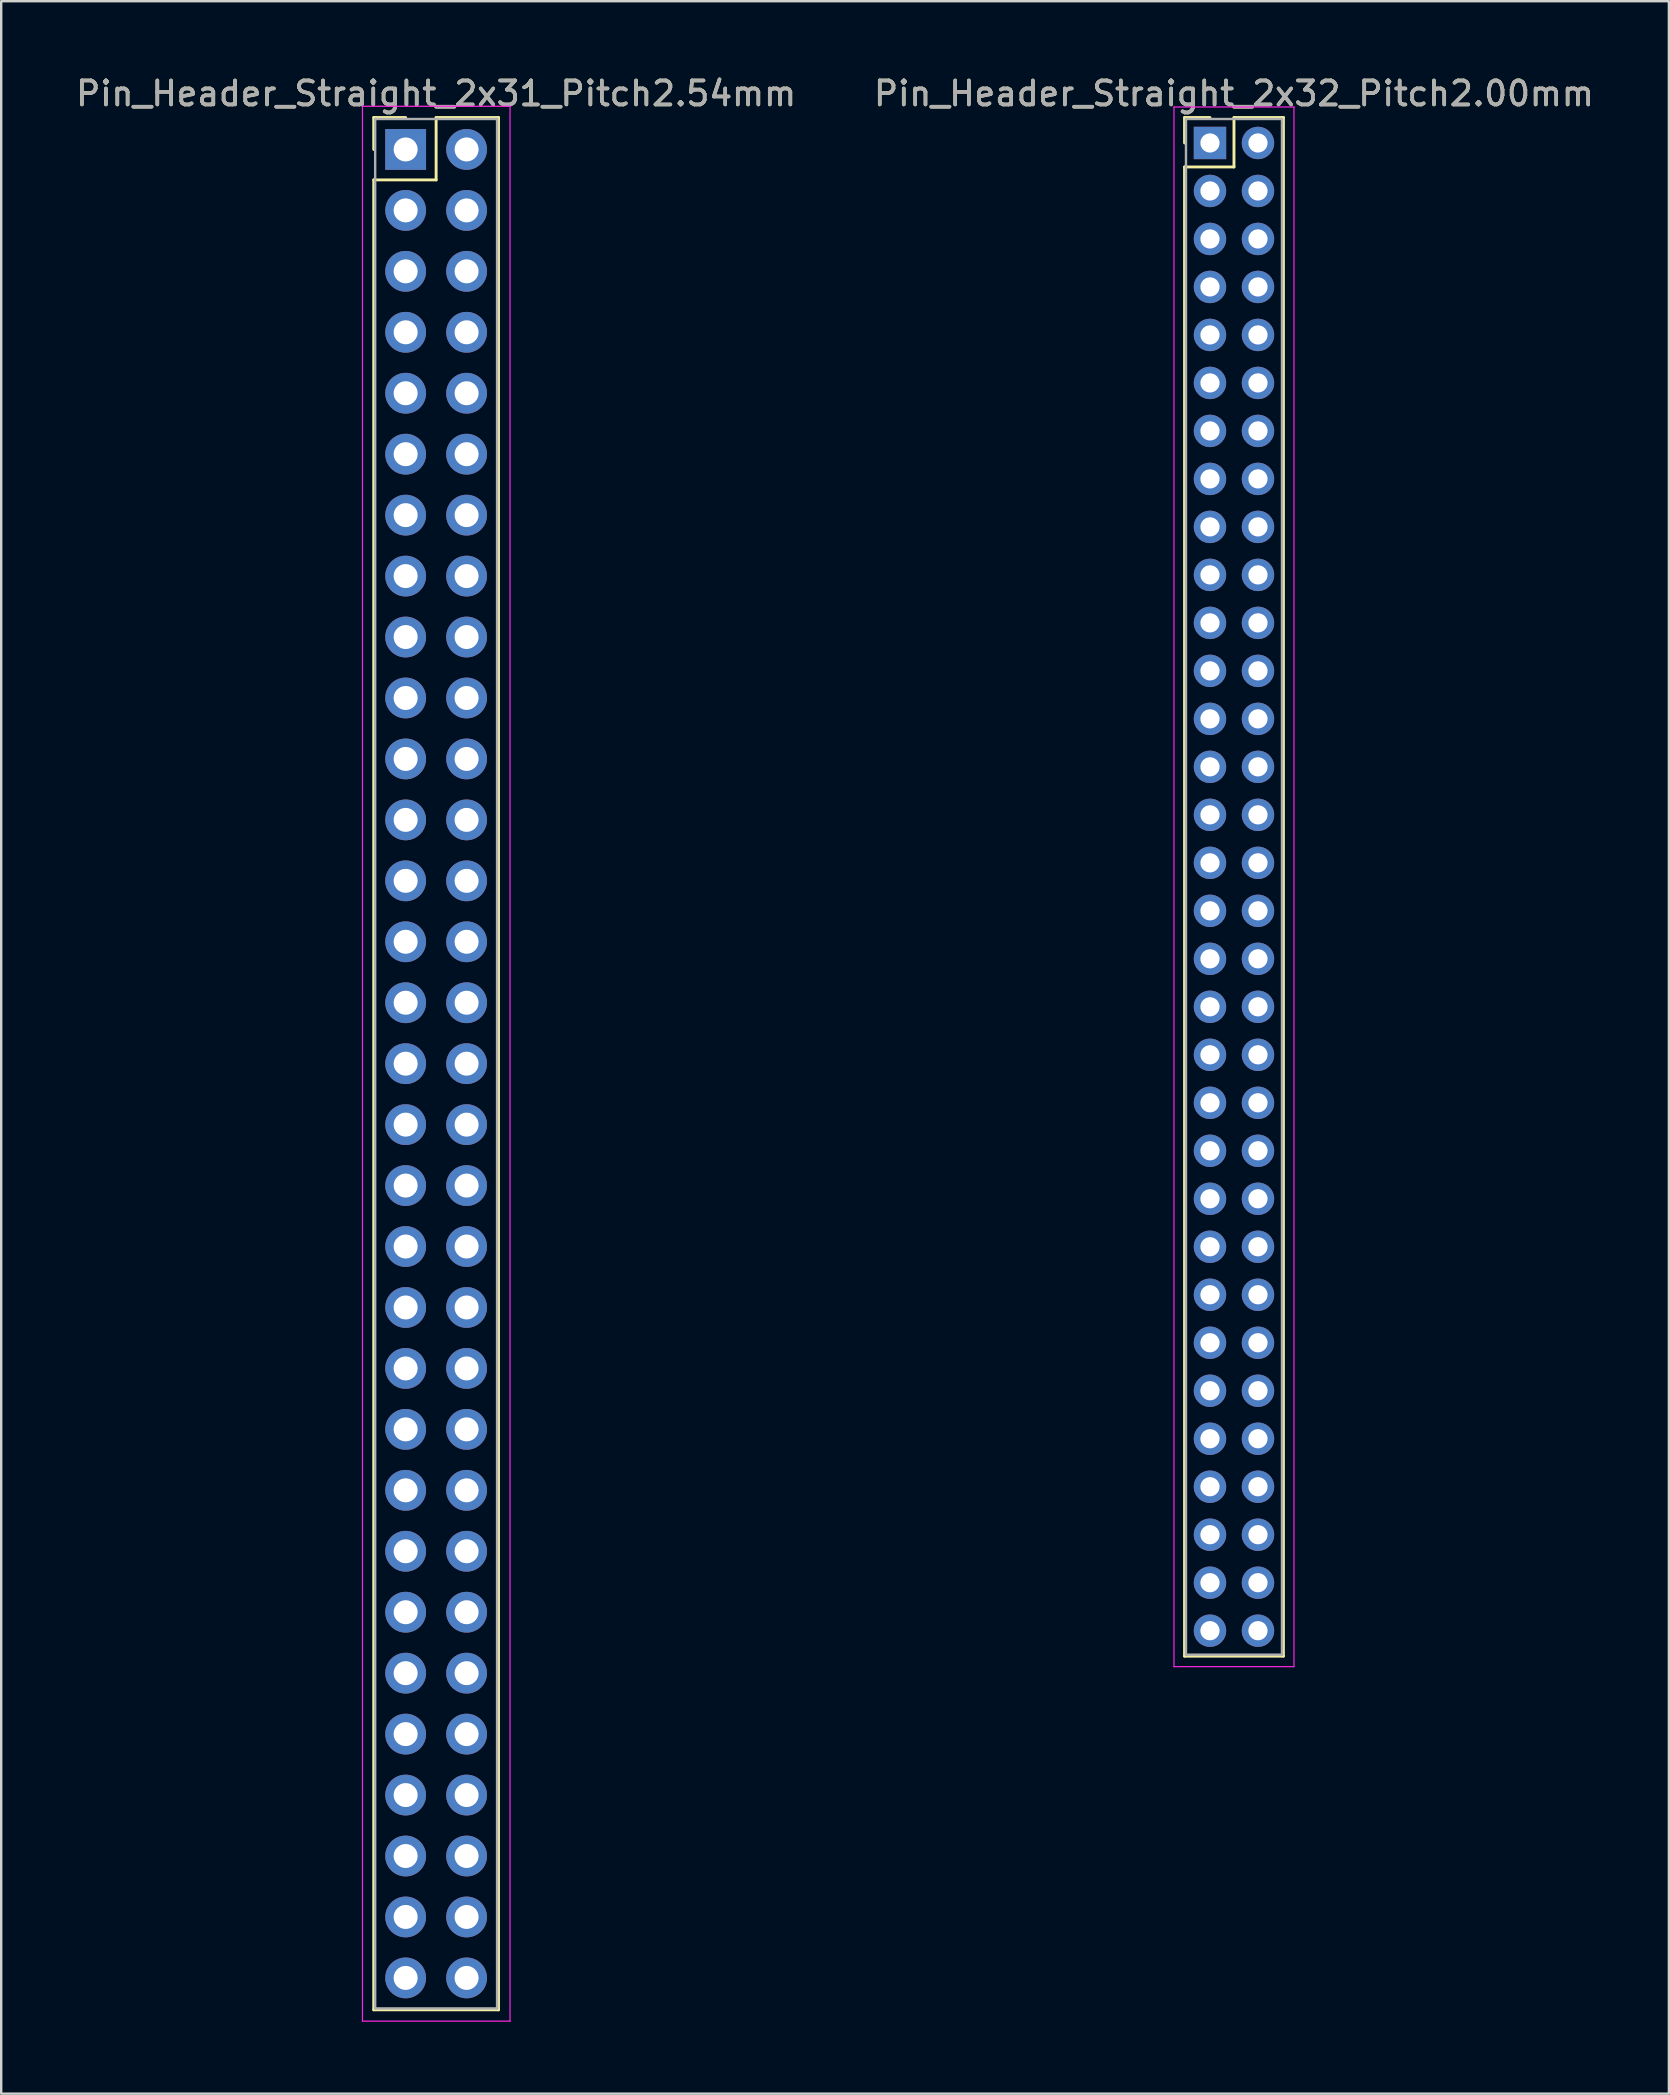
<source format=kicad_pcb>
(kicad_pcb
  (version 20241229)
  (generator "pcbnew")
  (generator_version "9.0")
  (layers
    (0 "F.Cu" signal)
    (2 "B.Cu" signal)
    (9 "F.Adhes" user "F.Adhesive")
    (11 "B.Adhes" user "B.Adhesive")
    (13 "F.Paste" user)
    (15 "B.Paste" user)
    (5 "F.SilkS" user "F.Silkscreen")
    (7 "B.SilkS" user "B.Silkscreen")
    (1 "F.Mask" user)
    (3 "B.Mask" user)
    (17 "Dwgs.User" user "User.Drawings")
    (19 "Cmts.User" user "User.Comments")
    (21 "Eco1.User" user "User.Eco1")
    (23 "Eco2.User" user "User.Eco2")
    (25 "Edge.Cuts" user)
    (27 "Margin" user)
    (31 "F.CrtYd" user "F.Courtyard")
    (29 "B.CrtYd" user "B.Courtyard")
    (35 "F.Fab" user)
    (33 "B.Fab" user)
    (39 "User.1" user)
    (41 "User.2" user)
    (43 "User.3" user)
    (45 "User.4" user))
  (footprint "Pin_Header_Straight_2x32_Pitch2.00mm"
    (layer "F.Cu")
    (at 47.375 2.908)
    (property "Reference" "Pin_Header_Straight_2x32_Pitch2.00mm" (at 1 -2.06 0) (layer "F.SilkS") (effects (font (size 1 1) (thickness 0.15))))
    (attr through_hole)
    (fp_line (start -1.06 -1.06) (end 0 -1.06) (stroke (width 0.12) (type solid)) (layer "F.SilkS"))
    (fp_line (start -1.06 0) (end -1.06 -1.06) (stroke (width 0.12) (type solid)) (layer "F.SilkS"))
    (fp_line (start -1.06 1) (end -1.06 63.06) (stroke (width 0.12) (type solid)) (layer "F.SilkS"))
    (fp_line (start -1.06 63.06) (end 3.06 63.06) (stroke (width 0.12) (type solid)) (layer "F.SilkS"))
    (fp_line (start 1 -1.06) (end 1 1) (stroke (width 0.12) (type solid)) (layer "F.SilkS"))
    (fp_line (start 1 1) (end -1.06 1) (stroke (width 0.12) (type solid)) (layer "F.SilkS"))
    (fp_line (start 3.06 -1.06) (end 1 -1.06) (stroke (width 0.12) (type solid)) (layer "F.SilkS"))
    (fp_line (start 3.06 63.06) (end 3.06 -1.06) (stroke (width 0.12) (type solid)) (layer "F.SilkS"))
    (fp_line (start -1.5 -1.5) (end -1.5 63.5) (stroke (width 0.05) (type solid)) (layer "F.CrtYd"))
    (fp_line (start -1.5 63.5) (end 3.5 63.5) (stroke (width 0.05) (type solid)) (layer "F.CrtYd"))
    (fp_line (start 3.5 -1.5) (end -1.5 -1.5) (stroke (width 0.05) (type solid)) (layer "F.CrtYd"))
    (fp_line (start 3.5 63.5) (end 3.5 -1.5) (stroke (width 0.05) (type solid)) (layer "F.CrtYd"))
    (fp_line (start -1 -1) (end -1 63) (stroke (width 0.1) (type solid)) (layer "F.Fab"))
    (fp_line (start -1 63) (end 3 63) (stroke (width 0.1) (type solid)) (layer "F.Fab"))
    (fp_line (start 3 -1) (end -1 -1) (stroke (width 0.1) (type solid)) (layer "F.Fab"))
    (fp_line (start 3 63) (end 3 -1) (stroke (width 0.1) (type solid)) (layer "F.Fab"))
    (fp_text user "${REFERENCE}" (at 1 -2.06 0) (layer "F.Fab") (effects (font (size 1 1) (thickness 0.15))))
    (pad "1" thru_hole rect (at 0 0) (size 1.35 1.35) (drill 0.8) (layers "*.Cu" "*.Mask"))
    (pad "2" thru_hole oval (at 2 0) (size 1.35 1.35) (drill 0.8) (layers "*.Cu" "*.Mask"))
    (pad "3" thru_hole oval (at 0 2) (size 1.35 1.35) (drill 0.8) (layers "*.Cu" "*.Mask"))
    (pad "4" thru_hole oval (at 2 2) (size 1.35 1.35) (drill 0.8) (layers "*.Cu" "*.Mask"))
    (pad "5" thru_hole oval (at 0 4) (size 1.35 1.35) (drill 0.8) (layers "*.Cu" "*.Mask"))
    (pad "6" thru_hole oval (at 2 4) (size 1.35 1.35) (drill 0.8) (layers "*.Cu" "*.Mask"))
    (pad "7" thru_hole oval (at 0 6) (size 1.35 1.35) (drill 0.8) (layers "*.Cu" "*.Mask"))
    (pad "8" thru_hole oval (at 2 6) (size 1.35 1.35) (drill 0.8) (layers "*.Cu" "*.Mask"))
    (pad "9" thru_hole oval (at 0 8) (size 1.35 1.35) (drill 0.8) (layers "*.Cu" "*.Mask"))
    (pad "10" thru_hole oval (at 2 8) (size 1.35 1.35) (drill 0.8) (layers "*.Cu" "*.Mask"))
    (pad "11" thru_hole oval (at 0 10) (size 1.35 1.35) (drill 0.8) (layers "*.Cu" "*.Mask"))
    (pad "12" thru_hole oval (at 2 10) (size 1.35 1.35) (drill 0.8) (layers "*.Cu" "*.Mask"))
    (pad "13" thru_hole oval (at 0 12) (size 1.35 1.35) (drill 0.8) (layers "*.Cu" "*.Mask"))
    (pad "14" thru_hole oval (at 2 12) (size 1.35 1.35) (drill 0.8) (layers "*.Cu" "*.Mask"))
    (pad "15" thru_hole oval (at 0 14) (size 1.35 1.35) (drill 0.8) (layers "*.Cu" "*.Mask"))
    (pad "16" thru_hole oval (at 2 14) (size 1.35 1.35) (drill 0.8) (layers "*.Cu" "*.Mask"))
    (pad "17" thru_hole oval (at 0 16) (size 1.35 1.35) (drill 0.8) (layers "*.Cu" "*.Mask"))
    (pad "18" thru_hole oval (at 2 16) (size 1.35 1.35) (drill 0.8) (layers "*.Cu" "*.Mask"))
    (pad "19" thru_hole oval (at 0 18) (size 1.35 1.35) (drill 0.8) (layers "*.Cu" "*.Mask"))
    (pad "20" thru_hole oval (at 2 18) (size 1.35 1.35) (drill 0.8) (layers "*.Cu" "*.Mask"))
    (pad "21" thru_hole oval (at 0 20) (size 1.35 1.35) (drill 0.8) (layers "*.Cu" "*.Mask"))
    (pad "22" thru_hole oval (at 2 20) (size 1.35 1.35) (drill 0.8) (layers "*.Cu" "*.Mask"))
    (pad "23" thru_hole oval (at 0 22) (size 1.35 1.35) (drill 0.8) (layers "*.Cu" "*.Mask"))
    (pad "24" thru_hole oval (at 2 22) (size 1.35 1.35) (drill 0.8) (layers "*.Cu" "*.Mask"))
    (pad "25" thru_hole oval (at 0 24) (size 1.35 1.35) (drill 0.8) (layers "*.Cu" "*.Mask"))
    (pad "26" thru_hole oval (at 2 24) (size 1.35 1.35) (drill 0.8) (layers "*.Cu" "*.Mask"))
    (pad "27" thru_hole oval (at 0 26) (size 1.35 1.35) (drill 0.8) (layers "*.Cu" "*.Mask"))
    (pad "28" thru_hole oval (at 2 26) (size 1.35 1.35) (drill 0.8) (layers "*.Cu" "*.Mask"))
    (pad "29" thru_hole oval (at 0 28) (size 1.35 1.35) (drill 0.8) (layers "*.Cu" "*.Mask"))
    (pad "30" thru_hole oval (at 2 28) (size 1.35 1.35) (drill 0.8) (layers "*.Cu" "*.Mask"))
    (pad "31" thru_hole oval (at 0 30) (size 1.35 1.35) (drill 0.8) (layers "*.Cu" "*.Mask"))
    (pad "32" thru_hole oval (at 2 30) (size 1.35 1.35) (drill 0.8) (layers "*.Cu" "*.Mask"))
    (pad "33" thru_hole oval (at 0 32) (size 1.35 1.35) (drill 0.8) (layers "*.Cu" "*.Mask"))
    (pad "34" thru_hole oval (at 2 32) (size 1.35 1.35) (drill 0.8) (layers "*.Cu" "*.Mask"))
    (pad "35" thru_hole oval (at 0 34) (size 1.35 1.35) (drill 0.8) (layers "*.Cu" "*.Mask"))
    (pad "36" thru_hole oval (at 2 34) (size 1.35 1.35) (drill 0.8) (layers "*.Cu" "*.Mask"))
    (pad "37" thru_hole oval (at 0 36) (size 1.35 1.35) (drill 0.8) (layers "*.Cu" "*.Mask"))
    (pad "38" thru_hole oval (at 2 36) (size 1.35 1.35) (drill 0.8) (layers "*.Cu" "*.Mask"))
    (pad "39" thru_hole oval (at 0 38) (size 1.35 1.35) (drill 0.8) (layers "*.Cu" "*.Mask"))
    (pad "40" thru_hole oval (at 2 38) (size 1.35 1.35) (drill 0.8) (layers "*.Cu" "*.Mask"))
    (pad "41" thru_hole oval (at 0 40) (size 1.35 1.35) (drill 0.8) (layers "*.Cu" "*.Mask"))
    (pad "42" thru_hole oval (at 2 40) (size 1.35 1.35) (drill 0.8) (layers "*.Cu" "*.Mask"))
    (pad "43" thru_hole oval (at 0 42) (size 1.35 1.35) (drill 0.8) (layers "*.Cu" "*.Mask"))
    (pad "44" thru_hole oval (at 2 42) (size 1.35 1.35) (drill 0.8) (layers "*.Cu" "*.Mask"))
    (pad "45" thru_hole oval (at 0 44) (size 1.35 1.35) (drill 0.8) (layers "*.Cu" "*.Mask"))
    (pad "46" thru_hole oval (at 2 44) (size 1.35 1.35) (drill 0.8) (layers "*.Cu" "*.Mask"))
    (pad "47" thru_hole oval (at 0 46) (size 1.35 1.35) (drill 0.8) (layers "*.Cu" "*.Mask"))
    (pad "48" thru_hole oval (at 2 46) (size 1.35 1.35) (drill 0.8) (layers "*.Cu" "*.Mask"))
    (pad "49" thru_hole oval (at 0 48) (size 1.35 1.35) (drill 0.8) (layers "*.Cu" "*.Mask"))
    (pad "50" thru_hole oval (at 2 48) (size 1.35 1.35) (drill 0.8) (layers "*.Cu" "*.Mask"))
    (pad "51" thru_hole oval (at 0 50) (size 1.35 1.35) (drill 0.8) (layers "*.Cu" "*.Mask"))
    (pad "52" thru_hole oval (at 2 50) (size 1.35 1.35) (drill 0.8) (layers "*.Cu" "*.Mask"))
    (pad "53" thru_hole oval (at 0 52) (size 1.35 1.35) (drill 0.8) (layers "*.Cu" "*.Mask"))
    (pad "54" thru_hole oval (at 2 52) (size 1.35 1.35) (drill 0.8) (layers "*.Cu" "*.Mask"))
    (pad "55" thru_hole oval (at 0 54) (size 1.35 1.35) (drill 0.8) (layers "*.Cu" "*.Mask"))
    (pad "56" thru_hole oval (at 2 54) (size 1.35 1.35) (drill 0.8) (layers "*.Cu" "*.Mask"))
    (pad "57" thru_hole oval (at 0 56) (size 1.35 1.35) (drill 0.8) (layers "*.Cu" "*.Mask"))
    (pad "58" thru_hole oval (at 2 56) (size 1.35 1.35) (drill 0.8) (layers "*.Cu" "*.Mask"))
    (pad "59" thru_hole oval (at 0 58) (size 1.35 1.35) (drill 0.8) (layers "*.Cu" "*.Mask"))
    (pad "60" thru_hole oval (at 2 58) (size 1.35 1.35) (drill 0.8) (layers "*.Cu" "*.Mask"))
    (pad "61" thru_hole oval (at 0 60) (size 1.35 1.35) (drill 0.8) (layers "*.Cu" "*.Mask"))
    (pad "62" thru_hole oval (at 2 60) (size 1.35 1.35) (drill 0.8) (layers "*.Cu" "*.Mask"))
    (pad "63" thru_hole oval (at 0 62) (size 1.35 1.35) (drill 0.8) (layers "*.Cu" "*.Mask"))
    (pad "64" thru_hole oval (at 2 62) (size 1.35 1.35) (drill 0.8) (layers "*.Cu" "*.Mask")))
  (footprint "Pin_Header_Straight_2x31_Pitch2.54mm"
    (layer "F.Cu")
    (at 13.855 3.178)
    (property "Reference" "Pin_Header_Straight_2x31_Pitch2.54mm" (at 1.27 -2.33 0) (layer "F.SilkS") (effects (font (size 1 1) (thickness 0.15))))
    (attr through_hole)
    (fp_line (start -1.33 -1.33) (end 0 -1.33) (stroke (width 0.12) (type solid)) (layer "F.SilkS"))
    (fp_line (start -1.33 0) (end -1.33 -1.33) (stroke (width 0.12) (type solid)) (layer "F.SilkS"))
    (fp_line (start -1.33 1.27) (end -1.33 77.53) (stroke (width 0.12) (type solid)) (layer "F.SilkS"))
    (fp_line (start -1.33 77.53) (end 3.87 77.53) (stroke (width 0.12) (type solid)) (layer "F.SilkS"))
    (fp_line (start 1.27 -1.33) (end 1.27 1.27) (stroke (width 0.12) (type solid)) (layer "F.SilkS"))
    (fp_line (start 1.27 1.27) (end -1.33 1.27) (stroke (width 0.12) (type solid)) (layer "F.SilkS"))
    (fp_line (start 3.87 -1.33) (end 1.27 -1.33) (stroke (width 0.12) (type solid)) (layer "F.SilkS"))
    (fp_line (start 3.87 77.53) (end 3.87 -1.33) (stroke (width 0.12) (type solid)) (layer "F.SilkS"))
    (fp_line (start -1.8 -1.8) (end -1.8 78) (stroke (width 0.05) (type solid)) (layer "F.CrtYd"))
    (fp_line (start -1.8 78) (end 4.35 78) (stroke (width 0.05) (type solid)) (layer "F.CrtYd"))
    (fp_line (start 4.35 -1.8) (end -1.8 -1.8) (stroke (width 0.05) (type solid)) (layer "F.CrtYd"))
    (fp_line (start 4.35 78) (end 4.35 -1.8) (stroke (width 0.05) (type solid)) (layer "F.CrtYd"))
    (fp_line (start -1.27 -1.27) (end -1.27 77.47) (stroke (width 0.1) (type solid)) (layer "F.Fab"))
    (fp_line (start -1.27 77.47) (end 3.81 77.47) (stroke (width 0.1) (type solid)) (layer "F.Fab"))
    (fp_line (start 3.81 -1.27) (end -1.27 -1.27) (stroke (width 0.1) (type solid)) (layer "F.Fab"))
    (fp_line (start 3.81 77.47) (end 3.81 -1.27) (stroke (width 0.1) (type solid)) (layer "F.Fab"))
    (fp_text user "${REFERENCE}" (at 1.27 -2.33 0) (layer "F.Fab") (effects (font (size 1 1) (thickness 0.15))))
    (pad "1" thru_hole rect (at 0 0) (size 1.7 1.7) (drill 1) (layers "*.Cu" "*.Mask"))
    (pad "2" thru_hole oval (at 2.54 0) (size 1.7 1.7) (drill 1) (layers "*.Cu" "*.Mask"))
    (pad "3" thru_hole oval (at 0 2.54) (size 1.7 1.7) (drill 1) (layers "*.Cu" "*.Mask"))
    (pad "4" thru_hole oval (at 2.54 2.54) (size 1.7 1.7) (drill 1) (layers "*.Cu" "*.Mask"))
    (pad "5" thru_hole oval (at 0 5.08) (size 1.7 1.7) (drill 1) (layers "*.Cu" "*.Mask"))
    (pad "6" thru_hole oval (at 2.54 5.08) (size 1.7 1.7) (drill 1) (layers "*.Cu" "*.Mask"))
    (pad "7" thru_hole oval (at 0 7.62) (size 1.7 1.7) (drill 1) (layers "*.Cu" "*.Mask"))
    (pad "8" thru_hole oval (at 2.54 7.62) (size 1.7 1.7) (drill 1) (layers "*.Cu" "*.Mask"))
    (pad "9" thru_hole oval (at 0 10.16) (size 1.7 1.7) (drill 1) (layers "*.Cu" "*.Mask"))
    (pad "10" thru_hole oval (at 2.54 10.16) (size 1.7 1.7) (drill 1) (layers "*.Cu" "*.Mask"))
    (pad "11" thru_hole oval (at 0 12.7) (size 1.7 1.7) (drill 1) (layers "*.Cu" "*.Mask"))
    (pad "12" thru_hole oval (at 2.54 12.7) (size 1.7 1.7) (drill 1) (layers "*.Cu" "*.Mask"))
    (pad "13" thru_hole oval (at 0 15.24) (size 1.7 1.7) (drill 1) (layers "*.Cu" "*.Mask"))
    (pad "14" thru_hole oval (at 2.54 15.24) (size 1.7 1.7) (drill 1) (layers "*.Cu" "*.Mask"))
    (pad "15" thru_hole oval (at 0 17.78) (size 1.7 1.7) (drill 1) (layers "*.Cu" "*.Mask"))
    (pad "16" thru_hole oval (at 2.54 17.78) (size 1.7 1.7) (drill 1) (layers "*.Cu" "*.Mask"))
    (pad "17" thru_hole oval (at 0 20.32) (size 1.7 1.7) (drill 1) (layers "*.Cu" "*.Mask"))
    (pad "18" thru_hole oval (at 2.54 20.32) (size 1.7 1.7) (drill 1) (layers "*.Cu" "*.Mask"))
    (pad "19" thru_hole oval (at 0 22.86) (size 1.7 1.7) (drill 1) (layers "*.Cu" "*.Mask"))
    (pad "20" thru_hole oval (at 2.54 22.86) (size 1.7 1.7) (drill 1) (layers "*.Cu" "*.Mask"))
    (pad "21" thru_hole oval (at 0 25.4) (size 1.7 1.7) (drill 1) (layers "*.Cu" "*.Mask"))
    (pad "22" thru_hole oval (at 2.54 25.4) (size 1.7 1.7) (drill 1) (layers "*.Cu" "*.Mask"))
    (pad "23" thru_hole oval (at 0 27.94) (size 1.7 1.7) (drill 1) (layers "*.Cu" "*.Mask"))
    (pad "24" thru_hole oval (at 2.54 27.94) (size 1.7 1.7) (drill 1) (layers "*.Cu" "*.Mask"))
    (pad "25" thru_hole oval (at 0 30.48) (size 1.7 1.7) (drill 1) (layers "*.Cu" "*.Mask"))
    (pad "26" thru_hole oval (at 2.54 30.48) (size 1.7 1.7) (drill 1) (layers "*.Cu" "*.Mask"))
    (pad "27" thru_hole oval (at 0 33.02) (size 1.7 1.7) (drill 1) (layers "*.Cu" "*.Mask"))
    (pad "28" thru_hole oval (at 2.54 33.02) (size 1.7 1.7) (drill 1) (layers "*.Cu" "*.Mask"))
    (pad "29" thru_hole oval (at 0 35.56) (size 1.7 1.7) (drill 1) (layers "*.Cu" "*.Mask"))
    (pad "30" thru_hole oval (at 2.54 35.56) (size 1.7 1.7) (drill 1) (layers "*.Cu" "*.Mask"))
    (pad "31" thru_hole oval (at 0 38.1) (size 1.7 1.7) (drill 1) (layers "*.Cu" "*.Mask"))
    (pad "32" thru_hole oval (at 2.54 38.1) (size 1.7 1.7) (drill 1) (layers "*.Cu" "*.Mask"))
    (pad "33" thru_hole oval (at 0 40.64) (size 1.7 1.7) (drill 1) (layers "*.Cu" "*.Mask"))
    (pad "34" thru_hole oval (at 2.54 40.64) (size 1.7 1.7) (drill 1) (layers "*.Cu" "*.Mask"))
    (pad "35" thru_hole oval (at 0 43.18) (size 1.7 1.7) (drill 1) (layers "*.Cu" "*.Mask"))
    (pad "36" thru_hole oval (at 2.54 43.18) (size 1.7 1.7) (drill 1) (layers "*.Cu" "*.Mask"))
    (pad "37" thru_hole oval (at 0 45.72) (size 1.7 1.7) (drill 1) (layers "*.Cu" "*.Mask"))
    (pad "38" thru_hole oval (at 2.54 45.72) (size 1.7 1.7) (drill 1) (layers "*.Cu" "*.Mask"))
    (pad "39" thru_hole oval (at 0 48.26) (size 1.7 1.7) (drill 1) (layers "*.Cu" "*.Mask"))
    (pad "40" thru_hole oval (at 2.54 48.26) (size 1.7 1.7) (drill 1) (layers "*.Cu" "*.Mask"))
    (pad "41" thru_hole oval (at 0 50.8) (size 1.7 1.7) (drill 1) (layers "*.Cu" "*.Mask"))
    (pad "42" thru_hole oval (at 2.54 50.8) (size 1.7 1.7) (drill 1) (layers "*.Cu" "*.Mask"))
    (pad "43" thru_hole oval (at 0 53.34) (size 1.7 1.7) (drill 1) (layers "*.Cu" "*.Mask"))
    (pad "44" thru_hole oval (at 2.54 53.34) (size 1.7 1.7) (drill 1) (layers "*.Cu" "*.Mask"))
    (pad "45" thru_hole oval (at 0 55.88) (size 1.7 1.7) (drill 1) (layers "*.Cu" "*.Mask"))
    (pad "46" thru_hole oval (at 2.54 55.88) (size 1.7 1.7) (drill 1) (layers "*.Cu" "*.Mask"))
    (pad "47" thru_hole oval (at 0 58.42) (size 1.7 1.7) (drill 1) (layers "*.Cu" "*.Mask"))
    (pad "48" thru_hole oval (at 2.54 58.42) (size 1.7 1.7) (drill 1) (layers "*.Cu" "*.Mask"))
    (pad "49" thru_hole oval (at 0 60.96) (size 1.7 1.7) (drill 1) (layers "*.Cu" "*.Mask"))
    (pad "50" thru_hole oval (at 2.54 60.96) (size 1.7 1.7) (drill 1) (layers "*.Cu" "*.Mask"))
    (pad "51" thru_hole oval (at 0 63.5) (size 1.7 1.7) (drill 1) (layers "*.Cu" "*.Mask"))
    (pad "52" thru_hole oval (at 2.54 63.5) (size 1.7 1.7) (drill 1) (layers "*.Cu" "*.Mask"))
    (pad "53" thru_hole oval (at 0 66.04) (size 1.7 1.7) (drill 1) (layers "*.Cu" "*.Mask"))
    (pad "54" thru_hole oval (at 2.54 66.04) (size 1.7 1.7) (drill 1) (layers "*.Cu" "*.Mask"))
    (pad "55" thru_hole oval (at 0 68.58) (size 1.7 1.7) (drill 1) (layers "*.Cu" "*.Mask"))
    (pad "56" thru_hole oval (at 2.54 68.58) (size 1.7 1.7) (drill 1) (layers "*.Cu" "*.Mask"))
    (pad "57" thru_hole oval (at 0 71.12) (size 1.7 1.7) (drill 1) (layers "*.Cu" "*.Mask"))
    (pad "58" thru_hole oval (at 2.54 71.12) (size 1.7 1.7) (drill 1) (layers "*.Cu" "*.Mask"))
    (pad "59" thru_hole oval (at 0 73.66) (size 1.7 1.7) (drill 1) (layers "*.Cu" "*.Mask"))
    (pad "60" thru_hole oval (at 2.54 73.66) (size 1.7 1.7) (drill 1) (layers "*.Cu" "*.Mask"))
    (pad "61" thru_hole oval (at 0 76.2) (size 1.7 1.7) (drill 1) (layers "*.Cu" "*.Mask"))
    (pad "62" thru_hole oval (at 2.54 76.2) (size 1.7 1.7) (drill 1) (layers "*.Cu" "*.Mask")))
  (gr_rect
    (start -3 -3)
    (end 66.5 84.203)
    (stroke (width 0.1) (type default))
    (fill no)
    (layer "Edge.Cuts")))
</source>
